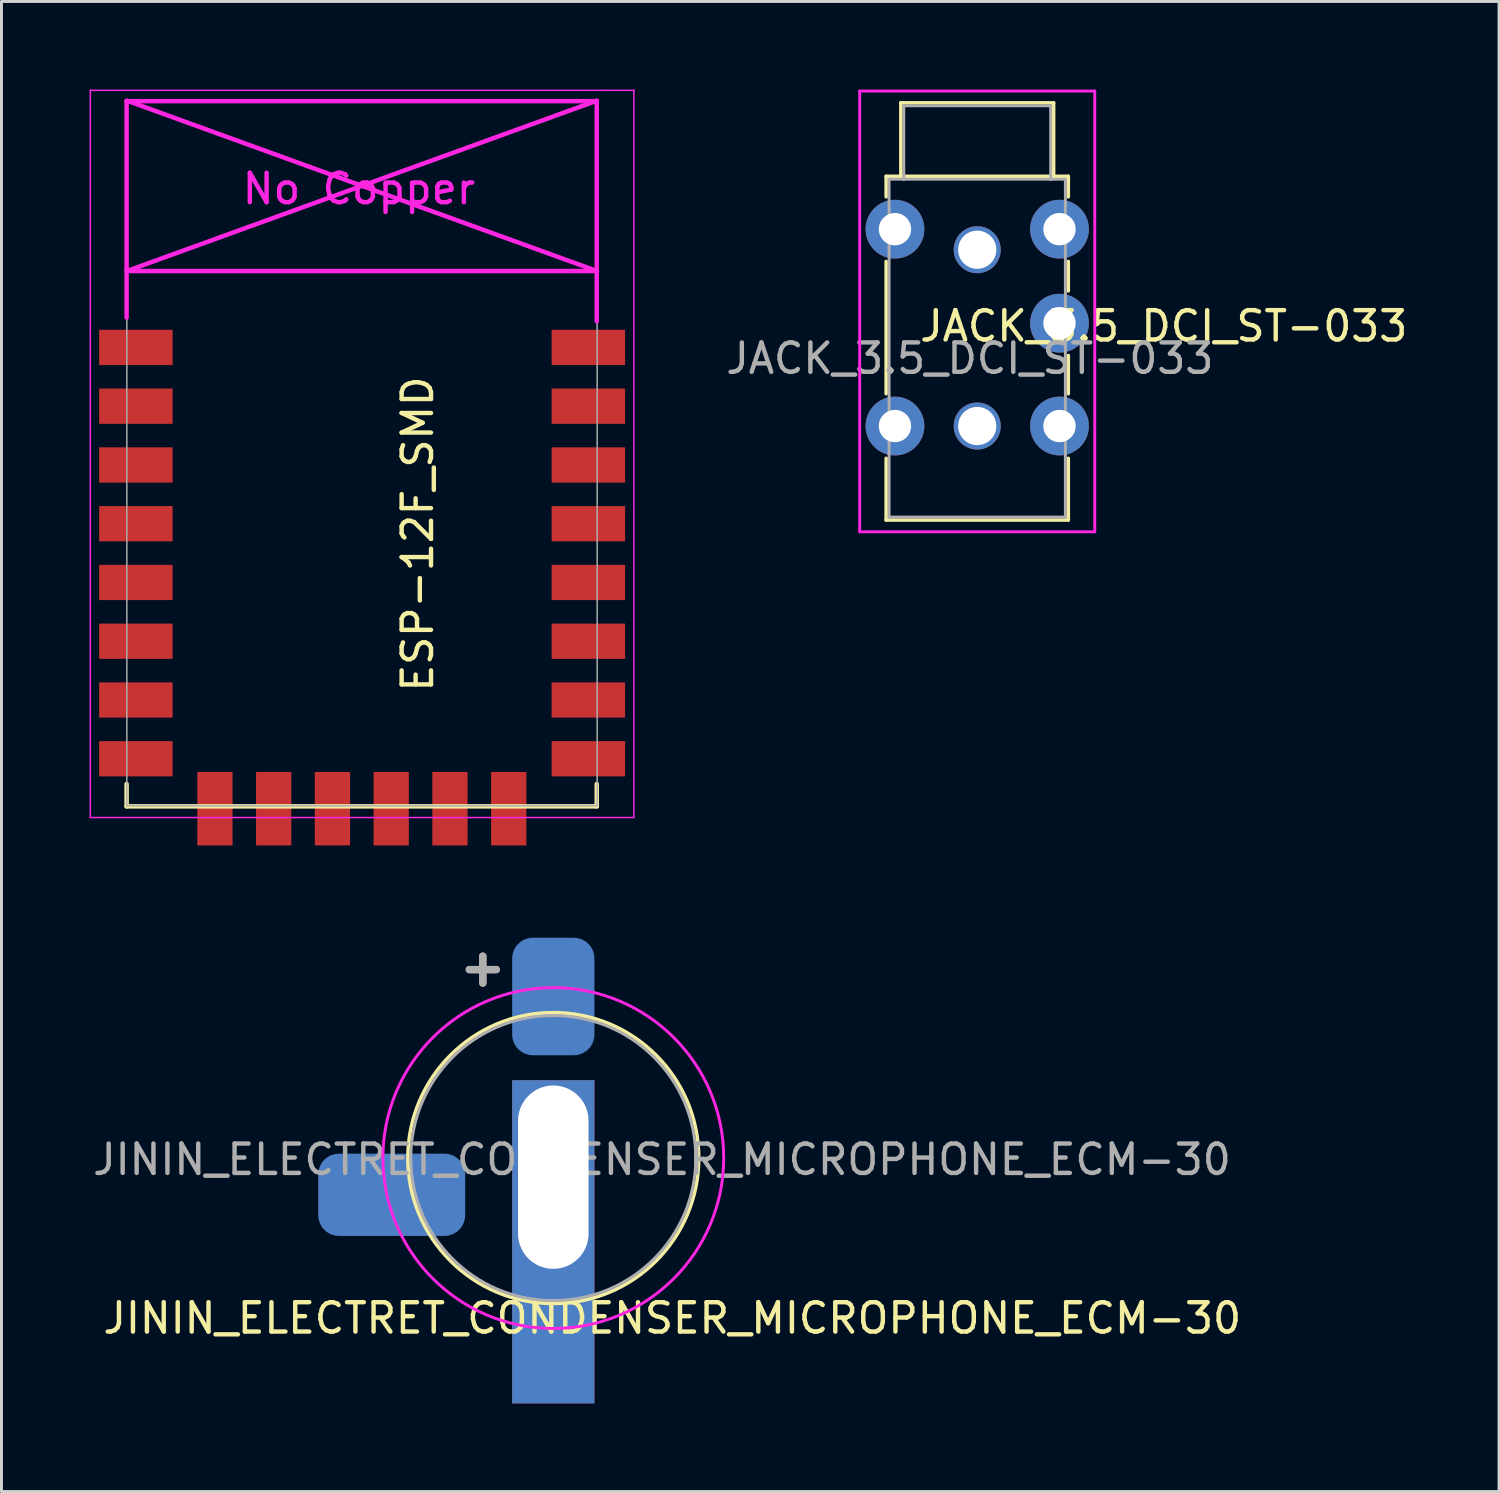
<source format=kicad_pcb>
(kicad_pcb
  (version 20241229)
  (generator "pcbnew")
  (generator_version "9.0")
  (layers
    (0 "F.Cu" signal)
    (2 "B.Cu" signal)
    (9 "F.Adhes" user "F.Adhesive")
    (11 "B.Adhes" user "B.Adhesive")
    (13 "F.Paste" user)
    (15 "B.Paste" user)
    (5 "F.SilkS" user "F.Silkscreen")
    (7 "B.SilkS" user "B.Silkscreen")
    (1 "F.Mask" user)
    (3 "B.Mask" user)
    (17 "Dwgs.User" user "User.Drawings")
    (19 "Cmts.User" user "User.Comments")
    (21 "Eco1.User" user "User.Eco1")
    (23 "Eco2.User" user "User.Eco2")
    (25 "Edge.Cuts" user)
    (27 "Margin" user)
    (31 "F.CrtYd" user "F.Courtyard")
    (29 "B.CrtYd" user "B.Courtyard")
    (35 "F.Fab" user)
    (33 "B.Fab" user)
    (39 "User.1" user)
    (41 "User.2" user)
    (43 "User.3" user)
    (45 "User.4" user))
  (footprint "ESP-12F_SMD"
    (layer "F.Cu")
    (at 2.275 8.775)
    (property "Reference" "ESP-12F_SMD" (at 8.89 6.35 90) (layer "F.SilkS") (effects (font (size 1 1) (thickness 0.15))))
    (attr through_hole)
    (fp_line (start -1.016 14.859) (end -1.016 15.621) (stroke (width 0.152) (type solid)) (layer "F.SilkS"))
    (fp_line (start -1.016 15.621) (end 14.986 15.621) (stroke (width 0.152) (type solid)) (layer "F.SilkS"))
    (fp_line (start 14.986 15.621) (end 14.986 14.859) (stroke (width 0.152) (type solid)) (layer "F.SilkS"))
    (fp_line (start -2.25 -8.75) (end 15.25 -8.75) (stroke (width 0.05) (type solid)) (layer "F.CrtYd"))
    (fp_line (start -2.25 -0.5) (end -2.25 -8.75) (stroke (width 0.05) (type solid)) (layer "F.CrtYd"))
    (fp_line (start -2.25 16) (end -2.25 -0.5) (stroke (width 0.05) (type solid)) (layer "F.CrtYd"))
    (fp_line (start -1.016 -8.382) (end -1.016 -1.016) (stroke (width 0.152) (type solid)) (layer "F.CrtYd"))
    (fp_line (start -1.016 -8.382) (end 14.986 -8.382) (stroke (width 0.152) (type solid)) (layer "F.CrtYd"))
    (fp_line (start -1.008 -8.4) (end 14.992 -2.6) (stroke (width 0.152) (type solid)) (layer "F.CrtYd"))
    (fp_line (start -1.008 -2.6) (end 14.992 -2.6) (stroke (width 0.152) (type solid)) (layer "F.CrtYd"))
    (fp_line (start 14.986 -8.382) (end 14.986 -0.889) (stroke (width 0.152) (type solid)) (layer "F.CrtYd"))
    (fp_line (start 14.992 -8.4) (end -1.008 -2.6) (stroke (width 0.152) (type solid)) (layer "F.CrtYd"))
    (fp_line (start 15.25 -8.75) (end 16.25 -8.75) (stroke (width 0.05) (type solid)) (layer "F.CrtYd"))
    (fp_line (start 16.25 -8.75) (end 16.25 16) (stroke (width 0.05) (type solid)) (layer "F.CrtYd"))
    (fp_line (start 16.25 16) (end -2.25 16) (stroke (width 0.05) (type solid)) (layer "F.CrtYd"))
    (fp_line (start -1.008 -8.4) (end 14.992 -8.4) (stroke (width 0.05) (type solid)) (layer "F.Fab"))
    (fp_line (start -1.008 15.6) (end -1.008 -8.4) (stroke (width 0.05) (type solid)) (layer "F.Fab"))
    (fp_line (start 14.992 15.6) (end -1.008 15.6) (stroke (width 0.05) (type solid)) (layer "F.Fab"))
    (fp_line (start 15 -8.4) (end 15 15.6) (stroke (width 0.05) (type solid)) (layer "F.Fab"))
    (fp_text user "No Copper" (at 6.892 -5.4 0) (layer "F.CrtYd") (effects (font (size 1 1) (thickness 0.15))))
    (pad "1" smd rect (at 0 0) (size 2.5 1.2) (drill (offset -0.7 0)) (layers "F.Cu" "F.Mask" "F.Paste"))
    (pad "2" smd rect (at 0 2) (size 2.5 1.2) (drill (offset -0.7 0)) (layers "F.Cu" "F.Mask" "F.Paste"))
    (pad "3" smd rect (at 0 4) (size 2.5 1.2) (drill (offset -0.7 0)) (layers "F.Cu" "F.Mask" "F.Paste"))
    (pad "4" smd rect (at 0 6) (size 2.5 1.2) (drill (offset -0.7 0)) (layers "F.Cu" "F.Mask" "F.Paste"))
    (pad "5" smd rect (at 0 8) (size 2.5 1.2) (drill (offset -0.7 0)) (layers "F.Cu" "F.Mask" "F.Paste"))
    (pad "6" smd rect (at 0 10) (size 2.5 1.2) (drill (offset -0.7 0)) (layers "F.Cu" "F.Mask" "F.Paste"))
    (pad "7" smd rect (at 0 12) (size 2.5 1.2) (drill (offset -0.7 0)) (layers "F.Cu" "F.Mask" "F.Paste"))
    (pad "8" smd rect (at 0 14) (size 2.5 1.2) (drill (offset -0.7 0)) (layers "F.Cu" "F.Mask" "F.Paste"))
    (pad "9" smd rect (at 1.99 15 90) (size 2.5 1.2) (drill (offset -0.7 0)) (layers "F.Cu" "F.Mask" "F.Paste"))
    (pad "10" smd rect (at 3.99 15 90) (size 2.5 1.2) (drill (offset -0.7 0)) (layers "F.Cu" "F.Mask" "F.Paste"))
    (pad "11" smd rect (at 5.99 15 90) (size 2.5 1.2) (drill (offset -0.7 0)) (layers "F.Cu" "F.Mask" "F.Paste"))
    (pad "12" smd rect (at 7.99 15 90) (size 2.5 1.2) (drill (offset -0.7 0)) (layers "F.Cu" "F.Mask" "F.Paste"))
    (pad "13" smd rect (at 9.99 15 90) (size 2.5 1.2) (drill (offset -0.7 0)) (layers "F.Cu" "F.Mask" "F.Paste"))
    (pad "14" smd rect (at 11.99 15 90) (size 2.5 1.2) (drill (offset -0.7 0)) (layers "F.Cu" "F.Mask" "F.Paste"))
    (pad "15" smd rect (at 14 14) (size 2.5 1.2) (drill (offset 0.7 0)) (layers "F.Cu" "F.Mask" "F.Paste"))
    (pad "16" smd rect (at 14 12) (size 2.5 1.2) (drill (offset 0.7 0)) (layers "F.Cu" "F.Mask" "F.Paste"))
    (pad "17" smd rect (at 14 10) (size 2.5 1.2) (drill (offset 0.7 0)) (layers "F.Cu" "F.Mask" "F.Paste"))
    (pad "18" smd rect (at 14 8) (size 2.5 1.2) (drill (offset 0.7 0)) (layers "F.Cu" "F.Mask" "F.Paste"))
    (pad "19" smd rect (at 14 6) (size 2.5 1.2) (drill (offset 0.7 0)) (layers "F.Cu" "F.Mask" "F.Paste"))
    (pad "20" smd rect (at 14 4) (size 2.5 1.2) (drill (offset 0.7 0)) (layers "F.Cu" "F.Mask" "F.Paste"))
    (pad "21" smd rect (at 14 2) (size 2.5 1.2) (drill (offset 0.7 0)) (layers "F.Cu" "F.Mask" "F.Paste"))
    (pad "22" smd rect (at 14 0) (size 2.5 1.2) (drill (offset 0.7 0)) (layers "F.Cu" "F.Mask" "F.Paste")))
  (footprint "JININ_ELECTRET_CONDENSER_MICROPHONE_ECM-30"
    (layer "F.Cu")
    (at 15.782 36.366)
    (property "Reference" "JININ_ELECTRET_CONDENSER_MICROPHONE_ECM-30" (at 4.05 5.45 0) (layer "F.SilkS") (effects (font (size 1 1) (thickness 0.15))))
    (attr through_hole)
    (fp_circle (center 0 0) (end 4.95 0) (stroke (width 0.12) (type solid)) (fill no) (layer "F.SilkS"))
    (fp_circle (center 0 0) (end 5.8 0) (stroke (width 0.1) (type solid)) (fill no) (layer "F.CrtYd"))
    (fp_circle (center 0 0) (end 4.85 0) (stroke (width 0.1) (type solid)) (fill no) (layer "F.Fab"))
    (fp_text user "+" (at -2.4 -6.5 0) (layer "B.SilkS") (effects (font (size 1.2 1.2) (thickness 0.25)) (justify mirror)))
    (fp_text user "${REFERENCE}" (at 3.7 0.05 0) (layer "F.Fab") (effects (font (size 1 1) (thickness 0.15))))
    (fp_text user "+" (at -2.4 -6.5 0) (layer "F.Fab") (effects (font (size 1.2 1.2) (thickness 0.25))))
    (pad "1" smd roundrect (at 0 -5.5) (size 2.8 4) (layers "B.Cu" "B.Mask" "B.Paste") (roundrect_rratio 0.25))
    (pad "2" smd roundrect (at -5.5 1.25) (size 5 2.8) (layers "B.Cu" "B.Mask" "B.Paste") (roundrect_rratio 0.25))
    (pad "3" thru_hole rect (at 0 0.65) (size 2.8 11) (drill oval 2.4 6.24 (offset 0 2.2)) (layers "B.Cu" "B.Mask")))
  (footprint "JACK_3.5_DCI_ST-033"
    (layer "F.Cu")
    (at 30.211 8.05)
    (property "Reference" "JACK_3.5_DCI_ST-033" (at 6.35 0 0) (layer "F.SilkS") (effects (font (size 1 1) (thickness 0.15))))
    (attr through_hole)
    (fp_line (start -3.1 -5.1) (end -3.1 -4.4) (stroke (width 0.12) (type solid)) (layer "F.SilkS"))
    (fp_line (start -3.1 -2.2) (end -3.1 2.3) (stroke (width 0.12) (type solid)) (layer "F.SilkS"))
    (fp_line (start -3.1 4.5) (end -3.1 6.6) (stroke (width 0.12) (type solid)) (layer "F.SilkS"))
    (fp_line (start -3.1 6.6) (end 3.1 6.6) (stroke (width 0.12) (type solid)) (layer "F.SilkS"))
    (fp_line (start -2.6 -7.6) (end -2.6 -5.1) (stroke (width 0.12) (type solid)) (layer "F.SilkS"))
    (fp_line (start -2.6 -7.6) (end 2.6 -7.6) (stroke (width 0.12) (type solid)) (layer "F.SilkS"))
    (fp_line (start -2.6 -5.1) (end -3.1 -5.1) (stroke (width 0.12) (type solid)) (layer "F.SilkS"))
    (fp_line (start -2.6 -5.1) (end 2.6 -5.1) (stroke (width 0.12) (type solid)) (layer "F.SilkS"))
    (fp_line (start 2.6 -7.6) (end 2.6 -5.1) (stroke (width 0.12) (type solid)) (layer "F.SilkS"))
    (fp_line (start 2.6 -5.1) (end 3.1 -5.1) (stroke (width 0.12) (type solid)) (layer "F.SilkS"))
    (fp_line (start 3.1 -5.1) (end 3.1 -4.4) (stroke (width 0.12) (type solid)) (layer "F.SilkS"))
    (fp_line (start 3.1 -2.2) (end 3.1 -1.2) (stroke (width 0.12) (type solid)) (layer "F.SilkS"))
    (fp_line (start 3.1 1) (end 3.1 2.3) (stroke (width 0.12) (type solid)) (layer "F.SilkS"))
    (fp_line (start 3.1 6.6) (end 3.1 4.5) (stroke (width 0.12) (type solid)) (layer "F.SilkS"))
    (fp_line (start -4 -8) (end 4 -8) (stroke (width 0.1) (type solid)) (layer "F.CrtYd"))
    (fp_line (start -4 7) (end -4 -8) (stroke (width 0.1) (type solid)) (layer "F.CrtYd"))
    (fp_line (start 4 -8) (end 4 7) (stroke (width 0.1) (type solid)) (layer "F.CrtYd"))
    (fp_line (start 4 7) (end -4 7) (stroke (width 0.1) (type solid)) (layer "F.CrtYd"))
    (fp_line (start -3 -5) (end -3 6.5) (stroke (width 0.1) (type solid)) (layer "F.Fab"))
    (fp_line (start -3 -5) (end -2.5 -5) (stroke (width 0.1) (type solid)) (layer "F.Fab"))
    (fp_line (start -3 6.5) (end 3 6.5) (stroke (width 0.1) (type solid)) (layer "F.Fab"))
    (fp_line (start -2.5 -7.5) (end -2.5 -5) (stroke (width 0.1) (type solid)) (layer "F.Fab"))
    (fp_line (start -2.5 -7.5) (end 2.5 -7.5) (stroke (width 0.1) (type solid)) (layer "F.Fab"))
    (fp_line (start -2.5 -5) (end 2.5 -5) (stroke (width 0.1) (type solid)) (layer "F.Fab"))
    (fp_line (start 2.5 -7.5) (end 2.5 -5) (stroke (width 0.1) (type solid)) (layer "F.Fab"))
    (fp_line (start 2.5 -5) (end 3 -5) (stroke (width 0.1) (type solid)) (layer "F.Fab"))
    (fp_line (start 3 -5) (end 3 6.5) (stroke (width 0.1) (type solid)) (layer "F.Fab"))
    (fp_text user "${REFERENCE}" (at -0.25 1.1 0) (layer "F.Fab") (effects (font (size 1 1) (thickness 0.15))))
    (pad "" np_thru_hole circle (at 0 -2.6) (size 1.6 1.6) (drill 1.3) (layers "*.Cu" "*.Mask"))
    (pad "" np_thru_hole circle (at 0 3.4) (size 1.6 1.6) (drill 1.3) (layers "*.Cu" "*.Mask"))
    (pad "R" thru_hole circle (at 2.8 -0.1) (size 2 2) (drill 1.1) (layers "*.Cu" "*.Mask"))
    (pad "S" thru_hole circle (at -2.8 -3.3) (size 2 2) (drill 1.1) (layers "*.Cu" "*.Mask"))
    (pad "S" thru_hole circle (at 2.8 -3.3) (size 2 2) (drill 1.1) (layers "*.Cu" "*.Mask"))
    (pad "T" thru_hole circle (at -2.8 3.4) (size 2 2) (drill 1.1) (layers "*.Cu" "*.Mask"))
    (pad "T" thru_hole circle (at 2.8 3.4) (size 2 2) (drill 1.1) (layers "*.Cu" "*.Mask")))
  (gr_rect
    (start -3 -3)
    (end 47.971 47.716)
    (stroke (width 0.1) (type default))
    (fill no)
    (layer "Edge.Cuts")))
</source>
